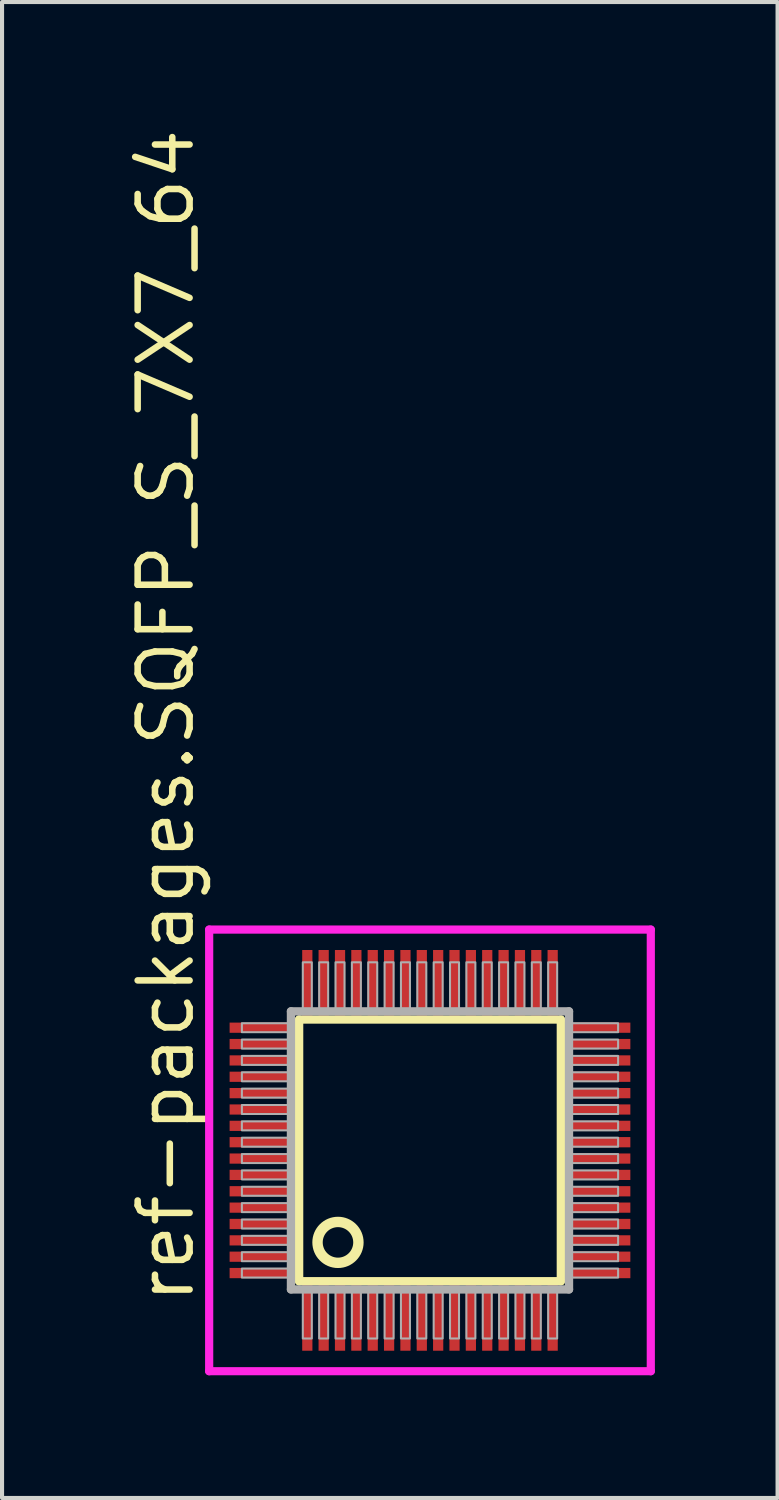
<source format=kicad_pcb>
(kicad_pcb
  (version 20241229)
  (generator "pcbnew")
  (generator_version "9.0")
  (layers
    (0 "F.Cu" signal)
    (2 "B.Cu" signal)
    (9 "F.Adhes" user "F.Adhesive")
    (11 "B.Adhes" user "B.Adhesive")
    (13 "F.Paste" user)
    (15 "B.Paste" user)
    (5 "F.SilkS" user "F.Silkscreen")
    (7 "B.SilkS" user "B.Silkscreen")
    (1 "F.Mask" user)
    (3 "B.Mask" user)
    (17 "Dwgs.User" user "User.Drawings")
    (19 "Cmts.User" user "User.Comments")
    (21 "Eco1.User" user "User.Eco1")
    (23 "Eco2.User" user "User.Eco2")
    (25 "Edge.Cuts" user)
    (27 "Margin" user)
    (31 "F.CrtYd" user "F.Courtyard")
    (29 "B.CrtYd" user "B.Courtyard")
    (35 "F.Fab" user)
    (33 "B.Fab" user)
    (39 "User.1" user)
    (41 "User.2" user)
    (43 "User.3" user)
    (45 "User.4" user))
  (footprint "ref-packages.SQFP_S_7X7_64"
    (layer "F.Cu")
    (at 7.465 25.082)
    (property "Reference" "ref-packages.SQFP_S_7X7_64" (at -5.715 3.81 90) (layer "F.SilkS") (effects (font (size 1.27 1.27) (thickness 0.16)) (justify left bottom)))
    (attr smd)
    (fp_line (start -3.2 -3.2) (end 3.2 -3.2) (stroke (width 0.203) (type default)) (layer "F.SilkS"))
    (fp_line (start -3.2 3.2) (end -3.2 -3.2) (stroke (width 0.203) (type default)) (layer "F.SilkS"))
    (fp_line (start 3.2 -3.2) (end 3.2 3.2) (stroke (width 0.203) (type default)) (layer "F.SilkS"))
    (fp_line (start 3.2 3.2) (end -3.2 3.2) (stroke (width 0.203) (type default)) (layer "F.SilkS"))
    (fp_circle (center -2.25 2.25) (end -1.75 2.25) (stroke (width 0.254) (type default)) (fill no) (layer "F.SilkS"))
    (fp_line (start -5.4 -5.4) (end 5.4 -5.4) (stroke (width 0.2) (type default)) (layer "F.CrtYd"))
    (fp_line (start -5.4 5.4) (end -5.4 -5.4) (stroke (width 0.2) (type default)) (layer "F.CrtYd"))
    (fp_line (start 5.4 -5.4) (end 5.4 5.4) (stroke (width 0.2) (type default)) (layer "F.CrtYd"))
    (fp_line (start 5.4 5.4) (end -5.4 5.4) (stroke (width 0.2) (type default)) (layer "F.CrtYd"))
    (fp_line (start -3.4 -3.4) (end -3.4 3.4) (stroke (width 0.203) (type default)) (layer "F.Fab"))
    (fp_line (start -3.4 3.4) (end 3.4 3.4) (stroke (width 0.203) (type default)) (layer "F.Fab"))
    (fp_line (start 3.4 -3.4) (end -3.4 -3.4) (stroke (width 0.203) (type default)) (layer "F.Fab"))
    (fp_line (start 3.4 3.4) (end 3.4 -3.4) (stroke (width 0.203) (type default)) (layer "F.Fab"))
    (fp_rect (start -4.6 -2.89) (end -3.45 -3.11) (stroke (width 0.05) (type default)) (fill no) (layer "F.Fab"))
    (fp_rect (start -4.6 -2.49) (end -3.45 -2.71) (stroke (width 0.05) (type default)) (fill no) (layer "F.Fab"))
    (fp_rect (start -4.6 -2.09) (end -3.45 -2.31) (stroke (width 0.05) (type default)) (fill no) (layer "F.Fab"))
    (fp_rect (start -4.6 -1.69) (end -3.45 -1.91) (stroke (width 0.05) (type default)) (fill no) (layer "F.Fab"))
    (fp_rect (start -4.6 -1.29) (end -3.45 -1.51) (stroke (width 0.05) (type default)) (fill no) (layer "F.Fab"))
    (fp_rect (start -4.6 -0.89) (end -3.45 -1.11) (stroke (width 0.05) (type default)) (fill no) (layer "F.Fab"))
    (fp_rect (start -4.6 -0.49) (end -3.45 -0.71) (stroke (width 0.05) (type default)) (fill no) (layer "F.Fab"))
    (fp_rect (start -4.6 -0.09) (end -3.45 -0.31) (stroke (width 0.05) (type default)) (fill no) (layer "F.Fab"))
    (fp_rect (start -4.6 0.31) (end -3.45 0.09) (stroke (width 0.05) (type default)) (fill no) (layer "F.Fab"))
    (fp_rect (start -4.6 0.71) (end -3.45 0.49) (stroke (width 0.05) (type default)) (fill no) (layer "F.Fab"))
    (fp_rect (start -4.6 1.11) (end -3.45 0.89) (stroke (width 0.05) (type default)) (fill no) (layer "F.Fab"))
    (fp_rect (start -4.6 1.51) (end -3.45 1.29) (stroke (width 0.05) (type default)) (fill no) (layer "F.Fab"))
    (fp_rect (start -4.6 1.91) (end -3.45 1.69) (stroke (width 0.05) (type default)) (fill no) (layer "F.Fab"))
    (fp_rect (start -4.6 2.31) (end -3.45 2.09) (stroke (width 0.05) (type default)) (fill no) (layer "F.Fab"))
    (fp_rect (start -4.6 2.71) (end -3.45 2.49) (stroke (width 0.05) (type default)) (fill no) (layer "F.Fab"))
    (fp_rect (start -4.6 3.11) (end -3.45 2.89) (stroke (width 0.05) (type default)) (fill no) (layer "F.Fab"))
    (fp_rect (start -3.11 -3.45) (end -2.89 -4.6) (stroke (width 0.05) (type default)) (fill no) (layer "F.Fab"))
    (fp_rect (start -3.11 4.6) (end -2.89 3.45) (stroke (width 0.05) (type default)) (fill no) (layer "F.Fab"))
    (fp_rect (start -2.71 -3.45) (end -2.49 -4.6) (stroke (width 0.05) (type default)) (fill no) (layer "F.Fab"))
    (fp_rect (start -2.71 4.6) (end -2.49 3.45) (stroke (width 0.05) (type default)) (fill no) (layer "F.Fab"))
    (fp_rect (start -2.31 -3.45) (end -2.09 -4.6) (stroke (width 0.05) (type default)) (fill no) (layer "F.Fab"))
    (fp_rect (start -2.31 4.6) (end -2.09 3.45) (stroke (width 0.05) (type default)) (fill no) (layer "F.Fab"))
    (fp_rect (start -1.91 -3.45) (end -1.69 -4.6) (stroke (width 0.05) (type default)) (fill no) (layer "F.Fab"))
    (fp_rect (start -1.91 4.6) (end -1.69 3.45) (stroke (width 0.05) (type default)) (fill no) (layer "F.Fab"))
    (fp_rect (start -1.51 -3.45) (end -1.29 -4.6) (stroke (width 0.05) (type default)) (fill no) (layer "F.Fab"))
    (fp_rect (start -1.51 4.6) (end -1.29 3.45) (stroke (width 0.05) (type default)) (fill no) (layer "F.Fab"))
    (fp_rect (start -1.11 -3.45) (end -0.89 -4.6) (stroke (width 0.05) (type default)) (fill no) (layer "F.Fab"))
    (fp_rect (start -1.11 4.6) (end -0.89 3.45) (stroke (width 0.05) (type default)) (fill no) (layer "F.Fab"))
    (fp_rect (start -0.71 -3.45) (end -0.49 -4.6) (stroke (width 0.05) (type default)) (fill no) (layer "F.Fab"))
    (fp_rect (start -0.71 4.6) (end -0.49 3.45) (stroke (width 0.05) (type default)) (fill no) (layer "F.Fab"))
    (fp_rect (start -0.31 -3.45) (end -0.09 -4.6) (stroke (width 0.05) (type default)) (fill no) (layer "F.Fab"))
    (fp_rect (start -0.31 4.6) (end -0.09 3.45) (stroke (width 0.05) (type default)) (fill no) (layer "F.Fab"))
    (fp_rect (start 0.09 -3.45) (end 0.31 -4.6) (stroke (width 0.05) (type default)) (fill no) (layer "F.Fab"))
    (fp_rect (start 0.09 4.6) (end 0.31 3.45) (stroke (width 0.05) (type default)) (fill no) (layer "F.Fab"))
    (fp_rect (start 0.49 -3.45) (end 0.71 -4.6) (stroke (width 0.05) (type default)) (fill no) (layer "F.Fab"))
    (fp_rect (start 0.49 4.6) (end 0.71 3.45) (stroke (width 0.05) (type default)) (fill no) (layer "F.Fab"))
    (fp_rect (start 0.89 -3.45) (end 1.11 -4.6) (stroke (width 0.05) (type default)) (fill no) (layer "F.Fab"))
    (fp_rect (start 0.89 4.6) (end 1.11 3.45) (stroke (width 0.05) (type default)) (fill no) (layer "F.Fab"))
    (fp_rect (start 1.29 -3.45) (end 1.51 -4.6) (stroke (width 0.05) (type default)) (fill no) (layer "F.Fab"))
    (fp_rect (start 1.29 4.6) (end 1.51 3.45) (stroke (width 0.05) (type default)) (fill no) (layer "F.Fab"))
    (fp_rect (start 1.69 -3.45) (end 1.91 -4.6) (stroke (width 0.05) (type default)) (fill no) (layer "F.Fab"))
    (fp_rect (start 1.69 4.6) (end 1.91 3.45) (stroke (width 0.05) (type default)) (fill no) (layer "F.Fab"))
    (fp_rect (start 2.09 -3.45) (end 2.31 -4.6) (stroke (width 0.05) (type default)) (fill no) (layer "F.Fab"))
    (fp_rect (start 2.09 4.6) (end 2.31 3.45) (stroke (width 0.05) (type default)) (fill no) (layer "F.Fab"))
    (fp_rect (start 2.49 -3.45) (end 2.71 -4.6) (stroke (width 0.05) (type default)) (fill no) (layer "F.Fab"))
    (fp_rect (start 2.49 4.6) (end 2.71 3.45) (stroke (width 0.05) (type default)) (fill no) (layer "F.Fab"))
    (fp_rect (start 2.89 -3.45) (end 3.11 -4.6) (stroke (width 0.05) (type default)) (fill no) (layer "F.Fab"))
    (fp_rect (start 2.89 4.6) (end 3.11 3.45) (stroke (width 0.05) (type default)) (fill no) (layer "F.Fab"))
    (fp_rect (start 3.45 -2.89) (end 4.6 -3.11) (stroke (width 0.05) (type default)) (fill no) (layer "F.Fab"))
    (fp_rect (start 3.45 -2.49) (end 4.6 -2.71) (stroke (width 0.05) (type default)) (fill no) (layer "F.Fab"))
    (fp_rect (start 3.45 -2.09) (end 4.6 -2.31) (stroke (width 0.05) (type default)) (fill no) (layer "F.Fab"))
    (fp_rect (start 3.45 -1.69) (end 4.6 -1.91) (stroke (width 0.05) (type default)) (fill no) (layer "F.Fab"))
    (fp_rect (start 3.45 -1.29) (end 4.6 -1.51) (stroke (width 0.05) (type default)) (fill no) (layer "F.Fab"))
    (fp_rect (start 3.45 -0.89) (end 4.6 -1.11) (stroke (width 0.05) (type default)) (fill no) (layer "F.Fab"))
    (fp_rect (start 3.45 -0.49) (end 4.6 -0.71) (stroke (width 0.05) (type default)) (fill no) (layer "F.Fab"))
    (fp_rect (start 3.45 -0.09) (end 4.6 -0.31) (stroke (width 0.05) (type default)) (fill no) (layer "F.Fab"))
    (fp_rect (start 3.45 0.31) (end 4.6 0.09) (stroke (width 0.05) (type default)) (fill no) (layer "F.Fab"))
    (fp_rect (start 3.45 0.71) (end 4.6 0.49) (stroke (width 0.05) (type default)) (fill no) (layer "F.Fab"))
    (fp_rect (start 3.45 1.11) (end 4.6 0.89) (stroke (width 0.05) (type default)) (fill no) (layer "F.Fab"))
    (fp_rect (start 3.45 1.51) (end 4.6 1.29) (stroke (width 0.05) (type default)) (fill no) (layer "F.Fab"))
    (fp_rect (start 3.45 1.91) (end 4.6 1.69) (stroke (width 0.05) (type default)) (fill no) (layer "F.Fab"))
    (fp_rect (start 3.45 2.31) (end 4.6 2.09) (stroke (width 0.05) (type default)) (fill no) (layer "F.Fab"))
    (fp_rect (start 3.45 2.71) (end 4.6 2.49) (stroke (width 0.05) (type default)) (fill no) (layer "F.Fab"))
    (fp_rect (start 3.45 3.11) (end 4.6 2.89) (stroke (width 0.05) (type default)) (fill no) (layer "F.Fab"))
    (pad "1" smd roundrect (at -3 4.1) (size 0.25 1.6) (layers "F.Cu" "F.Mask" "F.Paste") (roundrect_rratio 0.01))
    (pad "2" smd roundrect (at -2.6 4.1) (size 0.25 1.6) (layers "F.Cu" "F.Mask" "F.Paste") (roundrect_rratio 0.01))
    (pad "3" smd roundrect (at -2.2 4.1) (size 0.25 1.6) (layers "F.Cu" "F.Mask" "F.Paste") (roundrect_rratio 0.01))
    (pad "4" smd roundrect (at -1.8 4.1) (size 0.25 1.6) (layers "F.Cu" "F.Mask" "F.Paste") (roundrect_rratio 0.01))
    (pad "5" smd roundrect (at -1.4 4.1) (size 0.25 1.6) (layers "F.Cu" "F.Mask" "F.Paste") (roundrect_rratio 0.01))
    (pad "6" smd roundrect (at -1 4.1) (size 0.25 1.6) (layers "F.Cu" "F.Mask" "F.Paste") (roundrect_rratio 0.01))
    (pad "7" smd roundrect (at -0.6 4.1) (size 0.25 1.6) (layers "F.Cu" "F.Mask" "F.Paste") (roundrect_rratio 0.01))
    (pad "8" smd roundrect (at -0.2 4.1) (size 0.25 1.6) (layers "F.Cu" "F.Mask" "F.Paste") (roundrect_rratio 0.01))
    (pad "9" smd roundrect (at 0.2 4.1) (size 0.25 1.6) (layers "F.Cu" "F.Mask" "F.Paste") (roundrect_rratio 0.01))
    (pad "10" smd roundrect (at 0.6 4.1) (size 0.25 1.6) (layers "F.Cu" "F.Mask" "F.Paste") (roundrect_rratio 0.01))
    (pad "11" smd roundrect (at 1 4.1) (size 0.25 1.6) (layers "F.Cu" "F.Mask" "F.Paste") (roundrect_rratio 0.01))
    (pad "12" smd roundrect (at 1.4 4.1) (size 0.25 1.6) (layers "F.Cu" "F.Mask" "F.Paste") (roundrect_rratio 0.01))
    (pad "13" smd roundrect (at 1.8 4.1) (size 0.25 1.6) (layers "F.Cu" "F.Mask" "F.Paste") (roundrect_rratio 0.01))
    (pad "14" smd roundrect (at 2.2 4.1) (size 0.25 1.6) (layers "F.Cu" "F.Mask" "F.Paste") (roundrect_rratio 0.01))
    (pad "15" smd roundrect (at 2.6 4.1) (size 0.25 1.6) (layers "F.Cu" "F.Mask" "F.Paste") (roundrect_rratio 0.01))
    (pad "16" smd roundrect (at 3 4.1) (size 0.25 1.6) (layers "F.Cu" "F.Mask" "F.Paste") (roundrect_rratio 0.01))
    (pad "17" smd roundrect (at 4.1 3) (size 1.6 0.25) (layers "F.Cu" "F.Mask" "F.Paste") (roundrect_rratio 0.01))
    (pad "18" smd roundrect (at 4.1 2.6) (size 1.6 0.25) (layers "F.Cu" "F.Mask" "F.Paste") (roundrect_rratio 0.01))
    (pad "19" smd roundrect (at 4.1 2.2) (size 1.6 0.25) (layers "F.Cu" "F.Mask" "F.Paste") (roundrect_rratio 0.01))
    (pad "20" smd roundrect (at 4.1 1.8) (size 1.6 0.25) (layers "F.Cu" "F.Mask" "F.Paste") (roundrect_rratio 0.01))
    (pad "21" smd roundrect (at 4.1 1.4) (size 1.6 0.25) (layers "F.Cu" "F.Mask" "F.Paste") (roundrect_rratio 0.01))
    (pad "22" smd roundrect (at 4.1 1) (size 1.6 0.25) (layers "F.Cu" "F.Mask" "F.Paste") (roundrect_rratio 0.01))
    (pad "23" smd roundrect (at 4.1 0.6) (size 1.6 0.25) (layers "F.Cu" "F.Mask" "F.Paste") (roundrect_rratio 0.01))
    (pad "24" smd roundrect (at 4.1 0.2) (size 1.6 0.25) (layers "F.Cu" "F.Mask" "F.Paste") (roundrect_rratio 0.01))
    (pad "25" smd roundrect (at 4.1 -0.2) (size 1.6 0.25) (layers "F.Cu" "F.Mask" "F.Paste") (roundrect_rratio 0.01))
    (pad "26" smd roundrect (at 4.1 -0.6) (size 1.6 0.25) (layers "F.Cu" "F.Mask" "F.Paste") (roundrect_rratio 0.01))
    (pad "27" smd roundrect (at 4.1 -1) (size 1.6 0.25) (layers "F.Cu" "F.Mask" "F.Paste") (roundrect_rratio 0.01))
    (pad "28" smd roundrect (at 4.1 -1.4) (size 1.6 0.25) (layers "F.Cu" "F.Mask" "F.Paste") (roundrect_rratio 0.01))
    (pad "29" smd roundrect (at 4.1 -1.8) (size 1.6 0.25) (layers "F.Cu" "F.Mask" "F.Paste") (roundrect_rratio 0.01))
    (pad "30" smd roundrect (at 4.1 -2.2) (size 1.6 0.25) (layers "F.Cu" "F.Mask" "F.Paste") (roundrect_rratio 0.01))
    (pad "31" smd roundrect (at 4.1 -2.6) (size 1.6 0.25) (layers "F.Cu" "F.Mask" "F.Paste") (roundrect_rratio 0.01))
    (pad "32" smd roundrect (at 4.1 -3) (size 1.6 0.25) (layers "F.Cu" "F.Mask" "F.Paste") (roundrect_rratio 0.01))
    (pad "33" smd roundrect (at 3 -4.1) (size 0.25 1.6) (layers "F.Cu" "F.Mask" "F.Paste") (roundrect_rratio 0.01))
    (pad "34" smd roundrect (at 2.6 -4.1) (size 0.25 1.6) (layers "F.Cu" "F.Mask" "F.Paste") (roundrect_rratio 0.01))
    (pad "35" smd roundrect (at 2.2 -4.1) (size 0.25 1.6) (layers "F.Cu" "F.Mask" "F.Paste") (roundrect_rratio 0.01))
    (pad "36" smd roundrect (at 1.8 -4.1) (size 0.25 1.6) (layers "F.Cu" "F.Mask" "F.Paste") (roundrect_rratio 0.01))
    (pad "37" smd roundrect (at 1.4 -4.1) (size 0.25 1.6) (layers "F.Cu" "F.Mask" "F.Paste") (roundrect_rratio 0.01))
    (pad "38" smd roundrect (at 1 -4.1) (size 0.25 1.6) (layers "F.Cu" "F.Mask" "F.Paste") (roundrect_rratio 0.01))
    (pad "39" smd roundrect (at 0.6 -4.1) (size 0.25 1.6) (layers "F.Cu" "F.Mask" "F.Paste") (roundrect_rratio 0.01))
    (pad "40" smd roundrect (at 0.2 -4.1) (size 0.25 1.6) (layers "F.Cu" "F.Mask" "F.Paste") (roundrect_rratio 0.01))
    (pad "41" smd roundrect (at -0.2 -4.1) (size 0.25 1.6) (layers "F.Cu" "F.Mask" "F.Paste") (roundrect_rratio 0.01))
    (pad "42" smd roundrect (at -0.6 -4.1) (size 0.25 1.6) (layers "F.Cu" "F.Mask" "F.Paste") (roundrect_rratio 0.01))
    (pad "43" smd roundrect (at -1 -4.1) (size 0.25 1.6) (layers "F.Cu" "F.Mask" "F.Paste") (roundrect_rratio 0.01))
    (pad "44" smd roundrect (at -1.4 -4.1) (size 0.25 1.6) (layers "F.Cu" "F.Mask" "F.Paste") (roundrect_rratio 0.01))
    (pad "45" smd roundrect (at -1.8 -4.1) (size 0.25 1.6) (layers "F.Cu" "F.Mask" "F.Paste") (roundrect_rratio 0.01))
    (pad "46" smd roundrect (at -2.2 -4.1) (size 0.25 1.6) (layers "F.Cu" "F.Mask" "F.Paste") (roundrect_rratio 0.01))
    (pad "47" smd roundrect (at -2.6 -4.1) (size 0.25 1.6) (layers "F.Cu" "F.Mask" "F.Paste") (roundrect_rratio 0.01))
    (pad "48" smd roundrect (at -3 -4.1) (size 0.25 1.6) (layers "F.Cu" "F.Mask" "F.Paste") (roundrect_rratio 0.01))
    (pad "49" smd roundrect (at -4.1 -3) (size 1.6 0.25) (layers "F.Cu" "F.Mask" "F.Paste") (roundrect_rratio 0.01))
    (pad "50" smd roundrect (at -4.1 -2.6) (size 1.6 0.25) (layers "F.Cu" "F.Mask" "F.Paste") (roundrect_rratio 0.01))
    (pad "51" smd roundrect (at -4.1 -2.2) (size 1.6 0.25) (layers "F.Cu" "F.Mask" "F.Paste") (roundrect_rratio 0.01))
    (pad "52" smd roundrect (at -4.1 -1.8) (size 1.6 0.25) (layers "F.Cu" "F.Mask" "F.Paste") (roundrect_rratio 0.01))
    (pad "53" smd roundrect (at -4.1 -1.4) (size 1.6 0.25) (layers "F.Cu" "F.Mask" "F.Paste") (roundrect_rratio 0.01))
    (pad "54" smd roundrect (at -4.1 -1) (size 1.6 0.25) (layers "F.Cu" "F.Mask" "F.Paste") (roundrect_rratio 0.01))
    (pad "55" smd roundrect (at -4.1 -0.6) (size 1.6 0.25) (layers "F.Cu" "F.Mask" "F.Paste") (roundrect_rratio 0.01))
    (pad "56" smd roundrect (at -4.1 -0.2) (size 1.6 0.25) (layers "F.Cu" "F.Mask" "F.Paste") (roundrect_rratio 0.01))
    (pad "57" smd roundrect (at -4.1 0.2) (size 1.6 0.25) (layers "F.Cu" "F.Mask" "F.Paste") (roundrect_rratio 0.01))
    (pad "58" smd roundrect (at -4.1 0.6) (size 1.6 0.25) (layers "F.Cu" "F.Mask" "F.Paste") (roundrect_rratio 0.01))
    (pad "59" smd roundrect (at -4.1 1) (size 1.6 0.25) (layers "F.Cu" "F.Mask" "F.Paste") (roundrect_rratio 0.01))
    (pad "60" smd roundrect (at -4.1 1.4) (size 1.6 0.25) (layers "F.Cu" "F.Mask" "F.Paste") (roundrect_rratio 0.01))
    (pad "61" smd roundrect (at -4.1 1.8) (size 1.6 0.25) (layers "F.Cu" "F.Mask" "F.Paste") (roundrect_rratio 0.01))
    (pad "62" smd roundrect (at -4.1 2.2) (size 1.6 0.25) (layers "F.Cu" "F.Mask" "F.Paste") (roundrect_rratio 0.01))
    (pad "63" smd roundrect (at -4.1 2.6) (size 1.6 0.25) (layers "F.Cu" "F.Mask" "F.Paste") (roundrect_rratio 0.01))
    (pad "64" smd roundrect (at -4.1 3) (size 1.6 0.25) (layers "F.Cu" "F.Mask" "F.Paste") (roundrect_rratio 0.01)))
  (gr_rect
    (start -3 -3)
    (end 15.965 33.582)
    (stroke (width 0.1) (type default))
    (fill no)
    (layer "Edge.Cuts")))
</source>
